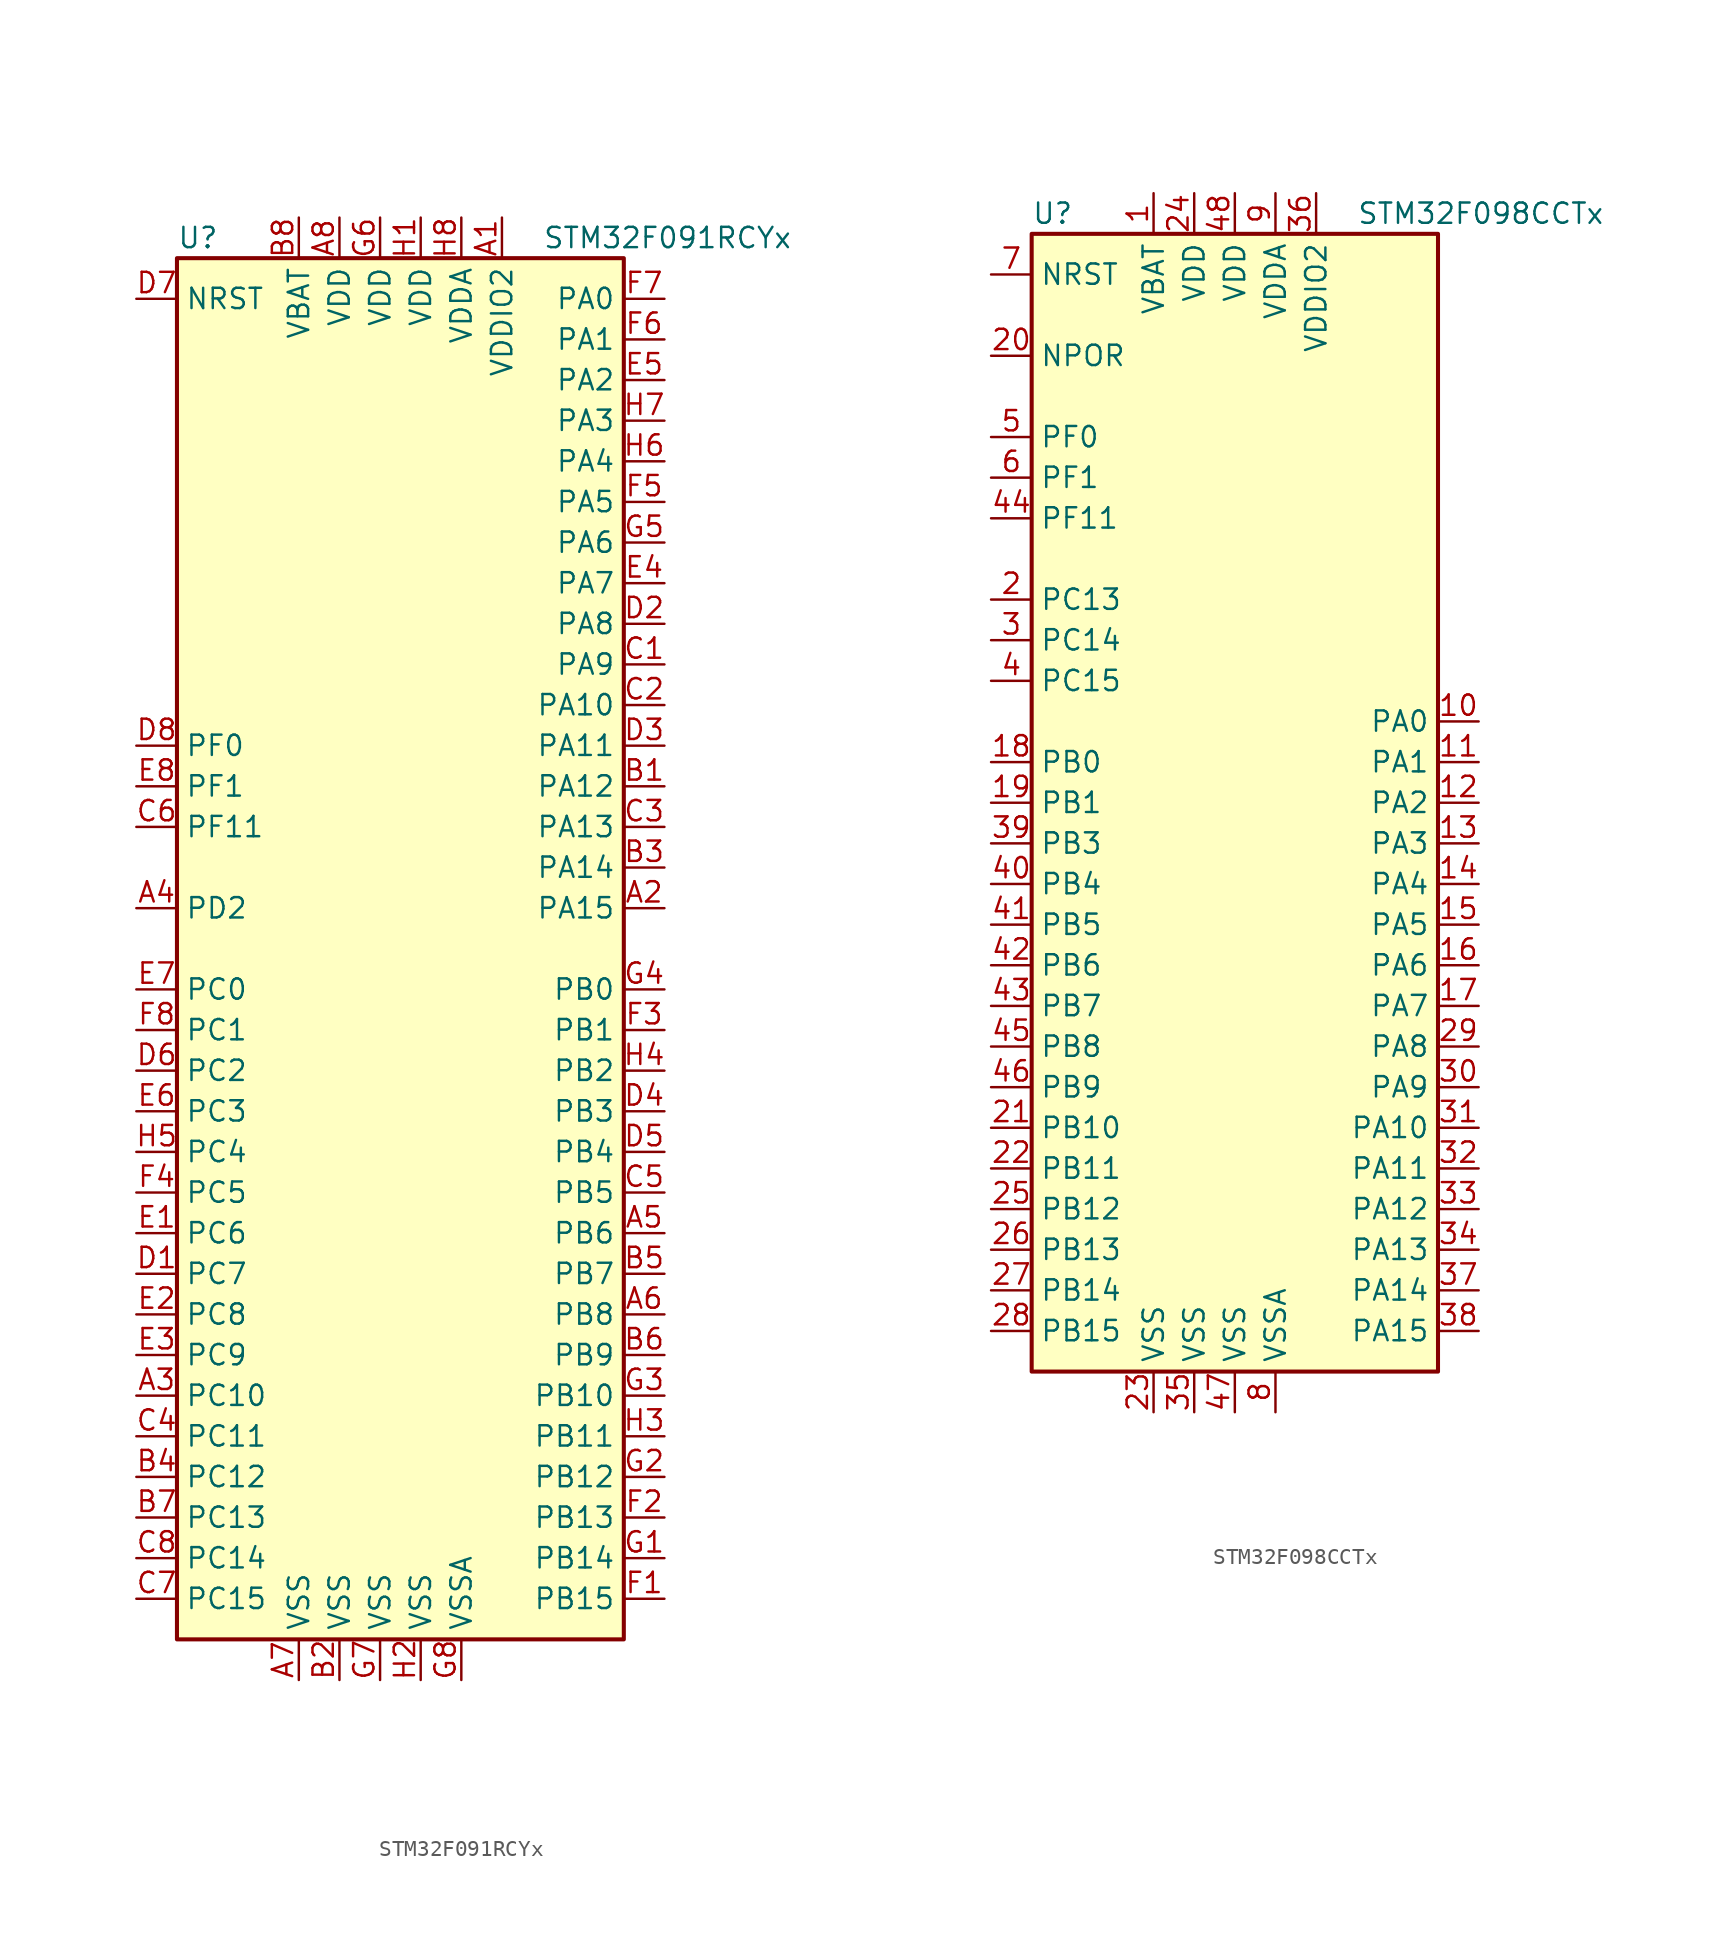
<source format=kicad_sym>
(kicad_symbol_lib
  (version 20211014)
  (generator kicad_symbol_editor)
  (symbol "STM32F091RCYx"
    (property "Reference" "U"
      (at -15.24 44.45 0)
      (effects (font (size 1.27 1.27)) (justify left)))
    (property "Value" "STM32F091RCYx"
      (at 7.62 44.45 0)
      (effects (font (size 1.27 1.27)) (justify left)))
    (symbol "STM32F091RCYx_0_1"
      (rectangle (start -15.24 -43.18) (end 12.7 43.18) (stroke (width 0.254) (type default) (color 0 0 0 0)) (fill (type background))))
    (symbol "STM32F091RCYx_1_1"
      (pin power_in line (at 5.08 45.72 270) (length 2.54) (name "VDDIO2" (effects (font (size 1.27 1.27)))) (number "A1" (effects (font (size 1.27 1.27)))))
      (pin bidirectional line (at 15.24 2.54 180) (length 2.54) (name "PA15" (effects (font (size 1.27 1.27)))) (number "A2" (effects (font (size 1.27 1.27)))))
      (pin bidirectional line (at -17.78 -27.94 0) (length 2.54) (name "PC10" (effects (font (size 1.27 1.27)))) (number "A3" (effects (font (size 1.27 1.27)))))
      (pin bidirectional line (at -17.78 2.54 0) (length 2.54) (name "PD2" (effects (font (size 1.27 1.27)))) (number "A4" (effects (font (size 1.27 1.27)))))
      (pin bidirectional line (at 15.24 -17.78 180) (length 2.54) (name "PB6" (effects (font (size 1.27 1.27)))) (number "A5" (effects (font (size 1.27 1.27)))))
      (pin bidirectional line (at 15.24 -22.86 180) (length 2.54) (name "PB8" (effects (font (size 1.27 1.27)))) (number "A6" (effects (font (size 1.27 1.27)))))
      (pin power_in line (at -7.62 -45.72 90) (length 2.54) (name "VSS" (effects (font (size 1.27 1.27)))) (number "A7" (effects (font (size 1.27 1.27)))))
      (pin power_in line (at -5.08 45.72 270) (length 2.54) (name "VDD" (effects (font (size 1.27 1.27)))) (number "A8" (effects (font (size 1.27 1.27)))))
      (pin bidirectional line (at 15.24 10.16 180) (length 2.54) (name "PA12" (effects (font (size 1.27 1.27)))) (number "B1" (effects (font (size 1.27 1.27)))))
      (pin power_in line (at -5.08 -45.72 90) (length 2.54) (name "VSS" (effects (font (size 1.27 1.27)))) (number "B2" (effects (font (size 1.27 1.27)))))
      (pin bidirectional line (at 15.24 5.08 180) (length 2.54) (name "PA14" (effects (font (size 1.27 1.27)))) (number "B3" (effects (font (size 1.27 1.27)))))
      (pin bidirectional line (at -17.78 -33.02 0) (length 2.54) (name "PC12" (effects (font (size 1.27 1.27)))) (number "B4" (effects (font (size 1.27 1.27)))))
      (pin bidirectional line (at 15.24 -20.32 180) (length 2.54) (name "PB7" (effects (font (size 1.27 1.27)))) (number "B5" (effects (font (size 1.27 1.27)))))
      (pin bidirectional line (at 15.24 -25.4 180) (length 2.54) (name "PB9" (effects (font (size 1.27 1.27)))) (number "B6" (effects (font (size 1.27 1.27)))))
      (pin bidirectional line (at -17.78 -35.56 0) (length 2.54) (name "PC13" (effects (font (size 1.27 1.27)))) (number "B7" (effects (font (size 1.27 1.27)))))
      (pin power_in line (at -7.62 45.72 270) (length 2.54) (name "VBAT" (effects (font (size 1.27 1.27)))) (number "B8" (effects (font (size 1.27 1.27)))))
      (pin bidirectional line (at 15.24 17.78 180) (length 2.54) (name "PA9" (effects (font (size 1.27 1.27)))) (number "C1" (effects (font (size 1.27 1.27)))))
      (pin bidirectional line (at 15.24 15.24 180) (length 2.54) (name "PA10" (effects (font (size 1.27 1.27)))) (number "C2" (effects (font (size 1.27 1.27)))))
      (pin bidirectional line (at 15.24 7.62 180) (length 2.54) (name "PA13" (effects (font (size 1.27 1.27)))) (number "C3" (effects (font (size 1.27 1.27)))))
      (pin bidirectional line (at -17.78 -30.48 0) (length 2.54) (name "PC11" (effects (font (size 1.27 1.27)))) (number "C4" (effects (font (size 1.27 1.27)))))
      (pin bidirectional line (at 15.24 -15.24 180) (length 2.54) (name "PB5" (effects (font (size 1.27 1.27)))) (number "C5" (effects (font (size 1.27 1.27)))))
      (pin bidirectional line (at -17.78 7.62 0) (length 2.54) (name "PF11" (effects (font (size 1.27 1.27)))) (number "C6" (effects (font (size 1.27 1.27)))))
      (pin bidirectional line (at -17.78 -40.64 0) (length 2.54) (name "PC15" (effects (font (size 1.27 1.27)))) (number "C7" (effects (font (size 1.27 1.27)))))
      (pin bidirectional line (at -17.78 -38.1 0) (length 2.54) (name "PC14" (effects (font (size 1.27 1.27)))) (number "C8" (effects (font (size 1.27 1.27)))))
      (pin bidirectional line (at -17.78 -20.32 0) (length 2.54) (name "PC7" (effects (font (size 1.27 1.27)))) (number "D1" (effects (font (size 1.27 1.27)))))
      (pin bidirectional line (at 15.24 20.32 180) (length 2.54) (name "PA8" (effects (font (size 1.27 1.27)))) (number "D2" (effects (font (size 1.27 1.27)))))
      (pin bidirectional line (at 15.24 12.7 180) (length 2.54) (name "PA11" (effects (font (size 1.27 1.27)))) (number "D3" (effects (font (size 1.27 1.27)))))
      (pin bidirectional line (at 15.24 -10.16 180) (length 2.54) (name "PB3" (effects (font (size 1.27 1.27)))) (number "D4" (effects (font (size 1.27 1.27)))))
      (pin bidirectional line (at 15.24 -12.7 180) (length 2.54) (name "PB4" (effects (font (size 1.27 1.27)))) (number "D5" (effects (font (size 1.27 1.27)))))
      (pin bidirectional line (at -17.78 -7.62 0) (length 2.54) (name "PC2" (effects (font (size 1.27 1.27)))) (number "D6" (effects (font (size 1.27 1.27)))))
      (pin input line (at -17.78 40.64 0) (length 2.54) (name "NRST" (effects (font (size 1.27 1.27)))) (number "D7" (effects (font (size 1.27 1.27)))))
      (pin input line (at -17.78 12.7 0) (length 2.54) (name "PF0" (effects (font (size 1.27 1.27)))) (number "D8" (effects (font (size 1.27 1.27)))))
      (pin bidirectional line (at -17.78 -17.78 0) (length 2.54) (name "PC6" (effects (font (size 1.27 1.27)))) (number "E1" (effects (font (size 1.27 1.27)))))
      (pin bidirectional line (at -17.78 -22.86 0) (length 2.54) (name "PC8" (effects (font (size 1.27 1.27)))) (number "E2" (effects (font (size 1.27 1.27)))))
      (pin bidirectional line (at -17.78 -25.4 0) (length 2.54) (name "PC9" (effects (font (size 1.27 1.27)))) (number "E3" (effects (font (size 1.27 1.27)))))
      (pin bidirectional line (at 15.24 22.86 180) (length 2.54) (name "PA7" (effects (font (size 1.27 1.27)))) (number "E4" (effects (font (size 1.27 1.27)))))
      (pin bidirectional line (at 15.24 35.56 180) (length 2.54) (name "PA2" (effects (font (size 1.27 1.27)))) (number "E5" (effects (font (size 1.27 1.27)))))
      (pin bidirectional line (at -17.78 -10.16 0) (length 2.54) (name "PC3" (effects (font (size 1.27 1.27)))) (number "E6" (effects (font (size 1.27 1.27)))))
      (pin bidirectional line (at -17.78 -2.54 0) (length 2.54) (name "PC0" (effects (font (size 1.27 1.27)))) (number "E7" (effects (font (size 1.27 1.27)))))
      (pin input line (at -17.78 10.16 0) (length 2.54) (name "PF1" (effects (font (size 1.27 1.27)))) (number "E8" (effects (font (size 1.27 1.27)))))
      (pin bidirectional line (at 15.24 -40.64 180) (length 2.54) (name "PB15" (effects (font (size 1.27 1.27)))) (number "F1" (effects (font (size 1.27 1.27)))))
      (pin bidirectional line (at 15.24 -35.56 180) (length 2.54) (name "PB13" (effects (font (size 1.27 1.27)))) (number "F2" (effects (font (size 1.27 1.27)))))
      (pin bidirectional line (at 15.24 -5.08 180) (length 2.54) (name "PB1" (effects (font (size 1.27 1.27)))) (number "F3" (effects (font (size 1.27 1.27)))))
      (pin bidirectional line (at -17.78 -15.24 0) (length 2.54) (name "PC5" (effects (font (size 1.27 1.27)))) (number "F4" (effects (font (size 1.27 1.27)))))
      (pin bidirectional line (at 15.24 27.94 180) (length 2.54) (name "PA5" (effects (font (size 1.27 1.27)))) (number "F5" (effects (font (size 1.27 1.27)))))
      (pin bidirectional line (at 15.24 38.1 180) (length 2.54) (name "PA1" (effects (font (size 1.27 1.27)))) (number "F6" (effects (font (size 1.27 1.27)))))
      (pin bidirectional line (at 15.24 40.64 180) (length 2.54) (name "PA0" (effects (font (size 1.27 1.27)))) (number "F7" (effects (font (size 1.27 1.27)))))
      (pin bidirectional line (at -17.78 -5.08 0) (length 2.54) (name "PC1" (effects (font (size 1.27 1.27)))) (number "F8" (effects (font (size 1.27 1.27)))))
      (pin bidirectional line (at 15.24 -38.1 180) (length 2.54) (name "PB14" (effects (font (size 1.27 1.27)))) (number "G1" (effects (font (size 1.27 1.27)))))
      (pin bidirectional line (at 15.24 -33.02 180) (length 2.54) (name "PB12" (effects (font (size 1.27 1.27)))) (number "G2" (effects (font (size 1.27 1.27)))))
      (pin bidirectional line (at 15.24 -27.94 180) (length 2.54) (name "PB10" (effects (font (size 1.27 1.27)))) (number "G3" (effects (font (size 1.27 1.27)))))
      (pin bidirectional line (at 15.24 -2.54 180) (length 2.54) (name "PB0" (effects (font (size 1.27 1.27)))) (number "G4" (effects (font (size 1.27 1.27)))))
      (pin bidirectional line (at 15.24 25.4 180) (length 2.54) (name "PA6" (effects (font (size 1.27 1.27)))) (number "G5" (effects (font (size 1.27 1.27)))))
      (pin power_in line (at -2.54 45.72 270) (length 2.54) (name "VDD" (effects (font (size 1.27 1.27)))) (number "G6" (effects (font (size 1.27 1.27)))))
      (pin power_in line (at -2.54 -45.72 90) (length 2.54) (name "VSS" (effects (font (size 1.27 1.27)))) (number "G7" (effects (font (size 1.27 1.27)))))
      (pin power_in line (at 2.54 -45.72 90) (length 2.54) (name "VSSA" (effects (font (size 1.27 1.27)))) (number "G8" (effects (font (size 1.27 1.27)))))
      (pin power_in line (at 0 45.72 270) (length 2.54) (name "VDD" (effects (font (size 1.27 1.27)))) (number "H1" (effects (font (size 1.27 1.27)))))
      (pin power_in line (at 0 -45.72 90) (length 2.54) (name "VSS" (effects (font (size 1.27 1.27)))) (number "H2" (effects (font (size 1.27 1.27)))))
      (pin bidirectional line (at 15.24 -30.48 180) (length 2.54) (name "PB11" (effects (font (size 1.27 1.27)))) (number "H3" (effects (font (size 1.27 1.27)))))
      (pin bidirectional line (at 15.24 -7.62 180) (length 2.54) (name "PB2" (effects (font (size 1.27 1.27)))) (number "H4" (effects (font (size 1.27 1.27)))))
      (pin bidirectional line (at -17.78 -12.7 0) (length 2.54) (name "PC4" (effects (font (size 1.27 1.27)))) (number "H5" (effects (font (size 1.27 1.27)))))
      (pin bidirectional line (at 15.24 30.48 180) (length 2.54) (name "PA4" (effects (font (size 1.27 1.27)))) (number "H6" (effects (font (size 1.27 1.27)))))
      (pin bidirectional line (at 15.24 33.02 180) (length 2.54) (name "PA3" (effects (font (size 1.27 1.27)))) (number "H7" (effects (font (size 1.27 1.27)))))
      (pin power_in line (at 2.54 45.72 270) (length 2.54) (name "VDDA" (effects (font (size 1.27 1.27)))) (number "H8" (effects (font (size 1.27 1.27)))))))
  (symbol "STM32F098CCTx"
    (property "Reference" "U"
      (at -12.7 36.83 0)
      (effects (font (size 1.27 1.27)) (justify left)))
    (property "Value" "STM32F098CCTx"
      (at 7.62 36.83 0)
      (effects (font (size 1.27 1.27)) (justify left)))
    (symbol "STM32F098CCTx_0_1"
      (rectangle (start -12.7 -35.56) (end 12.7 35.56) (stroke (width 0.254) (type default) (color 0 0 0 0)) (fill (type background))))
    (symbol "STM32F098CCTx_1_1"
      (pin power_in line (at -5.08 38.1 270) (length 2.54) (name "VBAT" (effects (font (size 1.27 1.27)))) (number "1" (effects (font (size 1.27 1.27)))))
      (pin bidirectional line (at 15.24 5.08 180) (length 2.54) (name "PA0" (effects (font (size 1.27 1.27)))) (number "10" (effects (font (size 1.27 1.27)))))
      (pin bidirectional line (at 15.24 2.54 180) (length 2.54) (name "PA1" (effects (font (size 1.27 1.27)))) (number "11" (effects (font (size 1.27 1.27)))))
      (pin bidirectional line (at 15.24 0 180) (length 2.54) (name "PA2" (effects (font (size 1.27 1.27)))) (number "12" (effects (font (size 1.27 1.27)))))
      (pin bidirectional line (at 15.24 -2.54 180) (length 2.54) (name "PA3" (effects (font (size 1.27 1.27)))) (number "13" (effects (font (size 1.27 1.27)))))
      (pin bidirectional line (at 15.24 -5.08 180) (length 2.54) (name "PA4" (effects (font (size 1.27 1.27)))) (number "14" (effects (font (size 1.27 1.27)))))
      (pin bidirectional line (at 15.24 -7.62 180) (length 2.54) (name "PA5" (effects (font (size 1.27 1.27)))) (number "15" (effects (font (size 1.27 1.27)))))
      (pin bidirectional line (at 15.24 -10.16 180) (length 2.54) (name "PA6" (effects (font (size 1.27 1.27)))) (number "16" (effects (font (size 1.27 1.27)))))
      (pin bidirectional line (at 15.24 -12.7 180) (length 2.54) (name "PA7" (effects (font (size 1.27 1.27)))) (number "17" (effects (font (size 1.27 1.27)))))
      (pin bidirectional line (at -15.24 2.54 0) (length 2.54) (name "PB0" (effects (font (size 1.27 1.27)))) (number "18" (effects (font (size 1.27 1.27)))))
      (pin bidirectional line (at -15.24 0 0) (length 2.54) (name "PB1" (effects (font (size 1.27 1.27)))) (number "19" (effects (font (size 1.27 1.27)))))
      (pin bidirectional line (at -15.24 12.7 0) (length 2.54) (name "PC13" (effects (font (size 1.27 1.27)))) (number "2" (effects (font (size 1.27 1.27)))))
      (pin power_in line (at -15.24 27.94 0) (length 2.54) (name "NPOR" (effects (font (size 1.27 1.27)))) (number "20" (effects (font (size 1.27 1.27)))))
      (pin bidirectional line (at -15.24 -20.32 0) (length 2.54) (name "PB10" (effects (font (size 1.27 1.27)))) (number "21" (effects (font (size 1.27 1.27)))))
      (pin bidirectional line (at -15.24 -22.86 0) (length 2.54) (name "PB11" (effects (font (size 1.27 1.27)))) (number "22" (effects (font (size 1.27 1.27)))))
      (pin power_in line (at -5.08 -38.1 90) (length 2.54) (name "VSS" (effects (font (size 1.27 1.27)))) (number "23" (effects (font (size 1.27 1.27)))))
      (pin power_in line (at -2.54 38.1 270) (length 2.54) (name "VDD" (effects (font (size 1.27 1.27)))) (number "24" (effects (font (size 1.27 1.27)))))
      (pin bidirectional line (at -15.24 -25.4 0) (length 2.54) (name "PB12" (effects (font (size 1.27 1.27)))) (number "25" (effects (font (size 1.27 1.27)))))
      (pin bidirectional line (at -15.24 -27.94 0) (length 2.54) (name "PB13" (effects (font (size 1.27 1.27)))) (number "26" (effects (font (size 1.27 1.27)))))
      (pin bidirectional line (at -15.24 -30.48 0) (length 2.54) (name "PB14" (effects (font (size 1.27 1.27)))) (number "27" (effects (font (size 1.27 1.27)))))
      (pin bidirectional line (at -15.24 -33.02 0) (length 2.54) (name "PB15" (effects (font (size 1.27 1.27)))) (number "28" (effects (font (size 1.27 1.27)))))
      (pin bidirectional line (at 15.24 -15.24 180) (length 2.54) (name "PA8" (effects (font (size 1.27 1.27)))) (number "29" (effects (font (size 1.27 1.27)))))
      (pin bidirectional line (at -15.24 10.16 0) (length 2.54) (name "PC14" (effects (font (size 1.27 1.27)))) (number "3" (effects (font (size 1.27 1.27)))))
      (pin bidirectional line (at 15.24 -17.78 180) (length 2.54) (name "PA9" (effects (font (size 1.27 1.27)))) (number "30" (effects (font (size 1.27 1.27)))))
      (pin bidirectional line (at 15.24 -20.32 180) (length 2.54) (name "PA10" (effects (font (size 1.27 1.27)))) (number "31" (effects (font (size 1.27 1.27)))))
      (pin bidirectional line (at 15.24 -22.86 180) (length 2.54) (name "PA11" (effects (font (size 1.27 1.27)))) (number "32" (effects (font (size 1.27 1.27)))))
      (pin bidirectional line (at 15.24 -25.4 180) (length 2.54) (name "PA12" (effects (font (size 1.27 1.27)))) (number "33" (effects (font (size 1.27 1.27)))))
      (pin bidirectional line (at 15.24 -27.94 180) (length 2.54) (name "PA13" (effects (font (size 1.27 1.27)))) (number "34" (effects (font (size 1.27 1.27)))))
      (pin power_in line (at -2.54 -38.1 90) (length 2.54) (name "VSS" (effects (font (size 1.27 1.27)))) (number "35" (effects (font (size 1.27 1.27)))))
      (pin power_in line (at 5.08 38.1 270) (length 2.54) (name "VDDIO2" (effects (font (size 1.27 1.27)))) (number "36" (effects (font (size 1.27 1.27)))))
      (pin bidirectional line (at 15.24 -30.48 180) (length 2.54) (name "PA14" (effects (font (size 1.27 1.27)))) (number "37" (effects (font (size 1.27 1.27)))))
      (pin bidirectional line (at 15.24 -33.02 180) (length 2.54) (name "PA15" (effects (font (size 1.27 1.27)))) (number "38" (effects (font (size 1.27 1.27)))))
      (pin bidirectional line (at -15.24 -2.54 0) (length 2.54) (name "PB3" (effects (font (size 1.27 1.27)))) (number "39" (effects (font (size 1.27 1.27)))))
      (pin bidirectional line (at -15.24 7.62 0) (length 2.54) (name "PC15" (effects (font (size 1.27 1.27)))) (number "4" (effects (font (size 1.27 1.27)))))
      (pin bidirectional line (at -15.24 -5.08 0) (length 2.54) (name "PB4" (effects (font (size 1.27 1.27)))) (number "40" (effects (font (size 1.27 1.27)))))
      (pin bidirectional line (at -15.24 -7.62 0) (length 2.54) (name "PB5" (effects (font (size 1.27 1.27)))) (number "41" (effects (font (size 1.27 1.27)))))
      (pin bidirectional line (at -15.24 -10.16 0) (length 2.54) (name "PB6" (effects (font (size 1.27 1.27)))) (number "42" (effects (font (size 1.27 1.27)))))
      (pin bidirectional line (at -15.24 -12.7 0) (length 2.54) (name "PB7" (effects (font (size 1.27 1.27)))) (number "43" (effects (font (size 1.27 1.27)))))
      (pin bidirectional line (at -15.24 17.78 0) (length 2.54) (name "PF11" (effects (font (size 1.27 1.27)))) (number "44" (effects (font (size 1.27 1.27)))))
      (pin bidirectional line (at -15.24 -15.24 0) (length 2.54) (name "PB8" (effects (font (size 1.27 1.27)))) (number "45" (effects (font (size 1.27 1.27)))))
      (pin bidirectional line (at -15.24 -17.78 0) (length 2.54) (name "PB9" (effects (font (size 1.27 1.27)))) (number "46" (effects (font (size 1.27 1.27)))))
      (pin power_in line (at 0 -38.1 90) (length 2.54) (name "VSS" (effects (font (size 1.27 1.27)))) (number "47" (effects (font (size 1.27 1.27)))))
      (pin power_in line (at 0 38.1 270) (length 2.54) (name "VDD" (effects (font (size 1.27 1.27)))) (number "48" (effects (font (size 1.27 1.27)))))
      (pin input line (at -15.24 22.86 0) (length 2.54) (name "PF0" (effects (font (size 1.27 1.27)))) (number "5" (effects (font (size 1.27 1.27)))))
      (pin input line (at -15.24 20.32 0) (length 2.54) (name "PF1" (effects (font (size 1.27 1.27)))) (number "6" (effects (font (size 1.27 1.27)))))
      (pin input line (at -15.24 33.02 0) (length 2.54) (name "NRST" (effects (font (size 1.27 1.27)))) (number "7" (effects (font (size 1.27 1.27)))))
      (pin power_in line (at 2.54 -38.1 90) (length 2.54) (name "VSSA" (effects (font (size 1.27 1.27)))) (number "8" (effects (font (size 1.27 1.27)))))
      (pin power_in line (at 2.54 38.1 270) (length 2.54) (name "VDDA" (effects (font (size 1.27 1.27)))) (number "9" (effects (font (size 1.27 1.27))))))))
</source>
